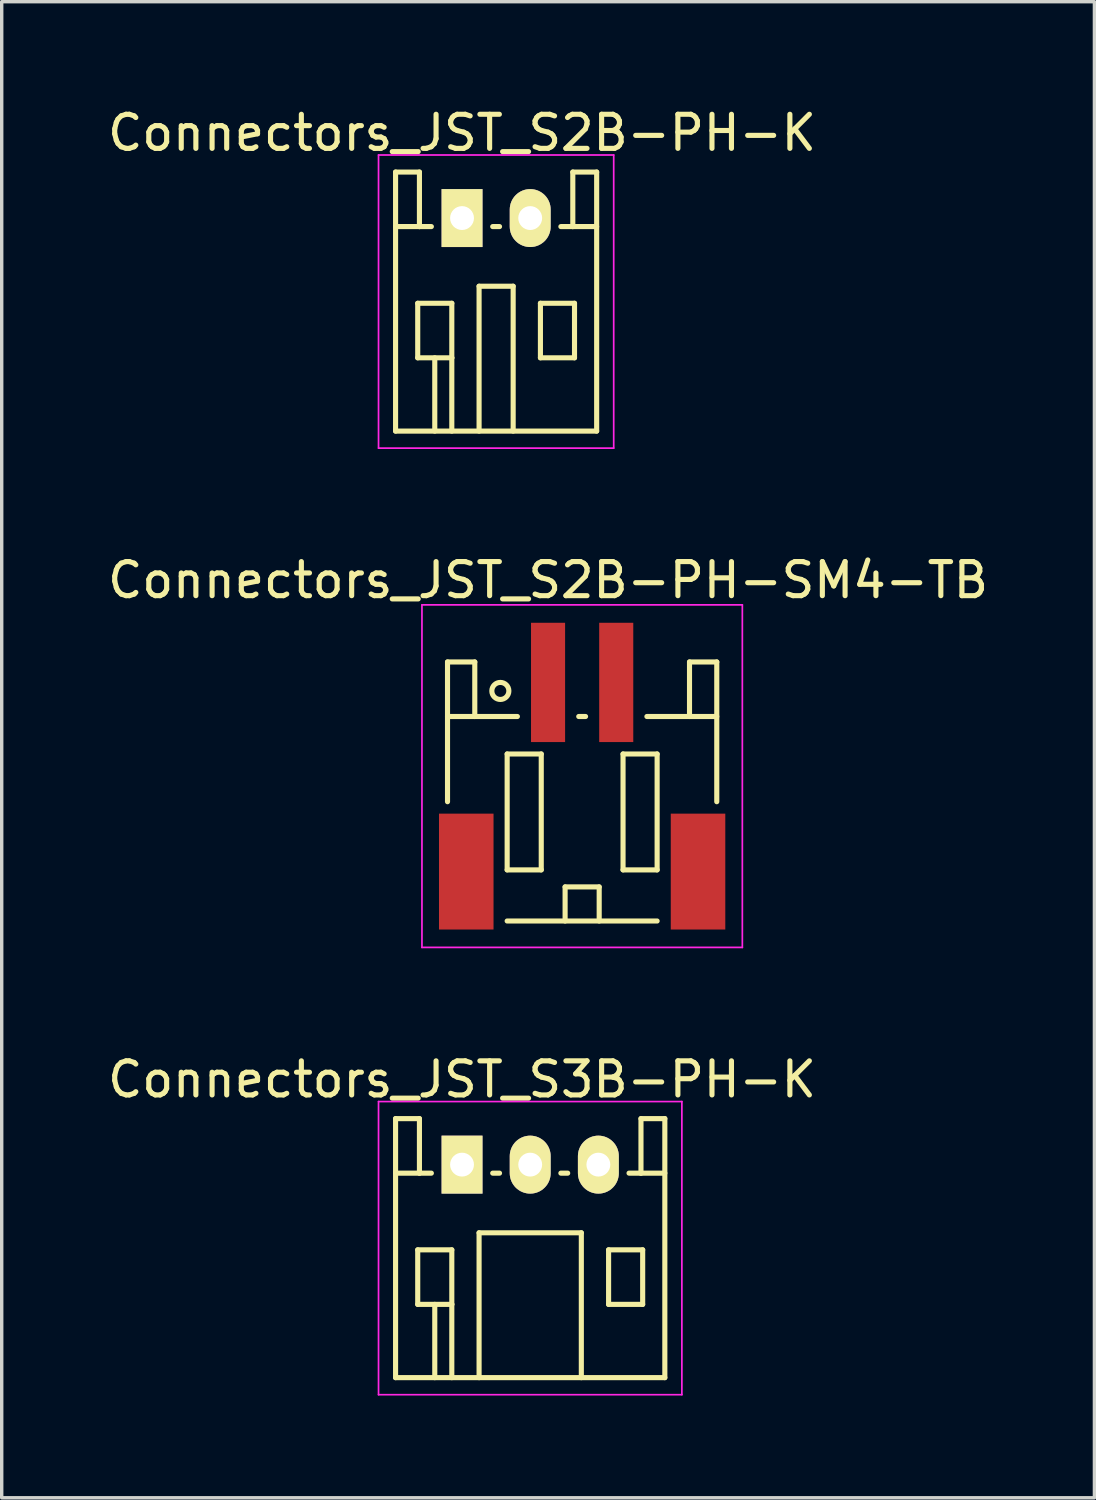
<source format=kicad_pcb>
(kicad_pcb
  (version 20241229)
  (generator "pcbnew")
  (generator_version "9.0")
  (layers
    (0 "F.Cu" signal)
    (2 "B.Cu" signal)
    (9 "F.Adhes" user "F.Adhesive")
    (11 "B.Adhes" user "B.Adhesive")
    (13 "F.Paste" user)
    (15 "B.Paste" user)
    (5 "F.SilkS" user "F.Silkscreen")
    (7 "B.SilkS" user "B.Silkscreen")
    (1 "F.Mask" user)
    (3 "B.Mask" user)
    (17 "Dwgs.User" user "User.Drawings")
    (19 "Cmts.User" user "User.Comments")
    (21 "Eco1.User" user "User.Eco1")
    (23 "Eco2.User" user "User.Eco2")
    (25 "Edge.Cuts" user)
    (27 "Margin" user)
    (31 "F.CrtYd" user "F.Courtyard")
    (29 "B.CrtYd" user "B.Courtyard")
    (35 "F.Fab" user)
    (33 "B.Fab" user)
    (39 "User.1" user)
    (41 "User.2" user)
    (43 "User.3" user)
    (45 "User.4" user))
  (footprint "Connectors_JST_S3B-PH-K"
    (layer "F.Cu")
    (at 10.506 31.12)
    (property "Reference" "Connectors_JST_S3B-PH-K" (at 0 -2.5 0) (layer "F.SilkS") (effects (font (size 1 1) (thickness 0.15))))
    (attr through_hole)
    (fp_line (start -1.95 -1.35) (end -1.95 6.25) (stroke (width 0.15) (type solid)) (layer "F.SilkS"))
    (fp_line (start -1.95 0.25) (end -1.25 0.25) (stroke (width 0.15) (type solid)) (layer "F.SilkS"))
    (fp_line (start -1.95 6.25) (end 5.95 6.25) (stroke (width 0.15) (type solid)) (layer "F.SilkS"))
    (fp_line (start -1.3 2.5) (end -1.3 4.1) (stroke (width 0.15) (type solid)) (layer "F.SilkS"))
    (fp_line (start -1.3 4.1) (end -0.3 4.1) (stroke (width 0.15) (type solid)) (layer "F.SilkS"))
    (fp_line (start -1.25 -1.35) (end -1.95 -1.35) (stroke (width 0.15) (type solid)) (layer "F.SilkS"))
    (fp_line (start -1.25 0.25) (end -1.25 -1.35) (stroke (width 0.15) (type solid)) (layer "F.SilkS"))
    (fp_line (start -0.9 0.25) (end -1.25 0.25) (stroke (width 0.15) (type solid)) (layer "F.SilkS"))
    (fp_line (start -0.8 4.1) (end -0.8 6.25) (stroke (width 0.15) (type solid)) (layer "F.SilkS"))
    (fp_line (start -0.3 2.5) (end -1.3 2.5) (stroke (width 0.15) (type solid)) (layer "F.SilkS"))
    (fp_line (start -0.3 4.1) (end -0.3 2.5) (stroke (width 0.15) (type solid)) (layer "F.SilkS"))
    (fp_line (start -0.3 4.1) (end -0.3 6.25) (stroke (width 0.15) (type solid)) (layer "F.SilkS"))
    (fp_line (start 0.5 2) (end 3.5 2) (stroke (width 0.15) (type solid)) (layer "F.SilkS"))
    (fp_line (start 0.5 6.25) (end 0.5 2) (stroke (width 0.15) (type solid)) (layer "F.SilkS"))
    (fp_line (start 0.9 0.25) (end 1.1 0.25) (stroke (width 0.15) (type solid)) (layer "F.SilkS"))
    (fp_line (start 2.9 0.25) (end 3.1 0.25) (stroke (width 0.15) (type solid)) (layer "F.SilkS"))
    (fp_line (start 3.5 2) (end 3.5 6.25) (stroke (width 0.15) (type solid)) (layer "F.SilkS"))
    (fp_line (start 4.3 2.5) (end 5.3 2.5) (stroke (width 0.15) (type solid)) (layer "F.SilkS"))
    (fp_line (start 4.3 4.1) (end 4.3 2.5) (stroke (width 0.15) (type solid)) (layer "F.SilkS"))
    (fp_line (start 5.25 -1.35) (end 5.25 0.25) (stroke (width 0.15) (type solid)) (layer "F.SilkS"))
    (fp_line (start 5.25 0.25) (end 4.9 0.25) (stroke (width 0.15) (type solid)) (layer "F.SilkS"))
    (fp_line (start 5.3 2.5) (end 5.3 4.1) (stroke (width 0.15) (type solid)) (layer "F.SilkS"))
    (fp_line (start 5.3 4.1) (end 4.3 4.1) (stroke (width 0.15) (type solid)) (layer "F.SilkS"))
    (fp_line (start 5.95 -1.35) (end 5.25 -1.35) (stroke (width 0.15) (type solid)) (layer "F.SilkS"))
    (fp_line (start 5.95 0.25) (end 5.25 0.25) (stroke (width 0.15) (type solid)) (layer "F.SilkS"))
    (fp_line (start 5.95 6.25) (end 5.95 -1.35) (stroke (width 0.15) (type solid)) (layer "F.SilkS"))
    (fp_line (start -2.45 -1.85) (end 6.45 -1.85) (stroke (width 0.05) (type solid)) (layer "F.CrtYd"))
    (fp_line (start -2.45 6.75) (end -2.45 -1.85) (stroke (width 0.05) (type solid)) (layer "F.CrtYd"))
    (fp_line (start 6.45 -1.85) (end 6.45 6.75) (stroke (width 0.05) (type solid)) (layer "F.CrtYd"))
    (fp_line (start 6.45 6.75) (end -2.45 6.75) (stroke (width 0.05) (type solid)) (layer "F.CrtYd"))
    (pad "1" thru_hole rect (at 0 0) (size 1.2 1.7) (drill 0.7) (layers "*.Cu" "*.Mask" "F.SilkS"))
    (pad "2" thru_hole oval (at 2 0) (size 1.2 1.7) (drill 0.7) (layers "*.Cu" "*.Mask" "F.SilkS"))
    (pad "3" thru_hole oval (at 4 0) (size 1.2 1.7) (drill 0.7) (layers "*.Cu" "*.Mask" "F.SilkS")))
  (footprint "Connectors_JST_S2B-PH-K"
    (layer "F.Cu")
    (at 10.506 3.348)
    (property "Reference" "Connectors_JST_S2B-PH-K" (at 0 -2.5 0) (layer "F.SilkS") (effects (font (size 1 1) (thickness 0.15))))
    (attr through_hole)
    (fp_line (start -1.95 -1.35) (end -1.95 6.25) (stroke (width 0.15) (type solid)) (layer "F.SilkS"))
    (fp_line (start -1.95 0.25) (end -1.25 0.25) (stroke (width 0.15) (type solid)) (layer "F.SilkS"))
    (fp_line (start -1.95 6.25) (end 3.95 6.25) (stroke (width 0.15) (type solid)) (layer "F.SilkS"))
    (fp_line (start -1.3 2.5) (end -1.3 4.1) (stroke (width 0.15) (type solid)) (layer "F.SilkS"))
    (fp_line (start -1.3 4.1) (end -0.3 4.1) (stroke (width 0.15) (type solid)) (layer "F.SilkS"))
    (fp_line (start -1.25 -1.35) (end -1.95 -1.35) (stroke (width 0.15) (type solid)) (layer "F.SilkS"))
    (fp_line (start -1.25 0.25) (end -1.25 -1.35) (stroke (width 0.15) (type solid)) (layer "F.SilkS"))
    (fp_line (start -0.9 0.25) (end -1.25 0.25) (stroke (width 0.15) (type solid)) (layer "F.SilkS"))
    (fp_line (start -0.8 4.1) (end -0.8 6.25) (stroke (width 0.15) (type solid)) (layer "F.SilkS"))
    (fp_line (start -0.3 2.5) (end -1.3 2.5) (stroke (width 0.15) (type solid)) (layer "F.SilkS"))
    (fp_line (start -0.3 4.1) (end -0.3 2.5) (stroke (width 0.15) (type solid)) (layer "F.SilkS"))
    (fp_line (start -0.3 4.1) (end -0.3 6.25) (stroke (width 0.15) (type solid)) (layer "F.SilkS"))
    (fp_line (start 0.5 2) (end 1.5 2) (stroke (width 0.15) (type solid)) (layer "F.SilkS"))
    (fp_line (start 0.5 6.25) (end 0.5 2) (stroke (width 0.15) (type solid)) (layer "F.SilkS"))
    (fp_line (start 0.9 0.25) (end 1.1 0.25) (stroke (width 0.15) (type solid)) (layer "F.SilkS"))
    (fp_line (start 1.5 2) (end 1.5 6.25) (stroke (width 0.15) (type solid)) (layer "F.SilkS"))
    (fp_line (start 2.3 2.5) (end 3.3 2.5) (stroke (width 0.15) (type solid)) (layer "F.SilkS"))
    (fp_line (start 2.3 4.1) (end 2.3 2.5) (stroke (width 0.15) (type solid)) (layer "F.SilkS"))
    (fp_line (start 3.25 -1.35) (end 3.25 0.25) (stroke (width 0.15) (type solid)) (layer "F.SilkS"))
    (fp_line (start 3.25 0.25) (end 2.9 0.25) (stroke (width 0.15) (type solid)) (layer "F.SilkS"))
    (fp_line (start 3.3 2.5) (end 3.3 4.1) (stroke (width 0.15) (type solid)) (layer "F.SilkS"))
    (fp_line (start 3.3 4.1) (end 2.3 4.1) (stroke (width 0.15) (type solid)) (layer "F.SilkS"))
    (fp_line (start 3.95 -1.35) (end 3.25 -1.35) (stroke (width 0.15) (type solid)) (layer "F.SilkS"))
    (fp_line (start 3.95 0.25) (end 3.25 0.25) (stroke (width 0.15) (type solid)) (layer "F.SilkS"))
    (fp_line (start 3.95 6.25) (end 3.95 -1.35) (stroke (width 0.15) (type solid)) (layer "F.SilkS"))
    (fp_line (start -2.45 -1.85) (end 4.45 -1.85) (stroke (width 0.05) (type solid)) (layer "F.CrtYd"))
    (fp_line (start -2.45 6.75) (end -2.45 -1.85) (stroke (width 0.05) (type solid)) (layer "F.CrtYd"))
    (fp_line (start 4.45 -1.85) (end 4.45 6.75) (stroke (width 0.05) (type solid)) (layer "F.CrtYd"))
    (fp_line (start 4.45 6.75) (end -2.45 6.75) (stroke (width 0.05) (type solid)) (layer "F.CrtYd"))
    (pad "1" thru_hole rect (at 0 0) (size 1.2 1.7) (drill 0.7) (layers "*.Cu" "*.Mask" "F.SilkS"))
    (pad "2" thru_hole oval (at 2 0) (size 1.2 1.7) (drill 0.7) (layers "*.Cu" "*.Mask" "F.SilkS")))
  (footprint "Connectors_JST_S2B-PH-SM4-TB"
    (layer "F.Cu")
    (at 14.03 19.747)
    (property "Reference" "Connectors_JST_S2B-PH-SM4-TB" (at -1 -5.775 0) (layer "F.SilkS") (effects (font (size 1 1) (thickness 0.15))))
    (attr smd)
    (fp_line (start -3.95 -3.375) (end -3.95 0.725) (stroke (width 0.15) (type solid)) (layer "F.SilkS"))
    (fp_line (start -3.15 -3.375) (end -3.95 -3.375) (stroke (width 0.15) (type solid)) (layer "F.SilkS"))
    (fp_line (start -3.15 -1.775) (end -3.95 -1.775) (stroke (width 0.15) (type solid)) (layer "F.SilkS"))
    (fp_line (start -3.15 -1.775) (end -3.15 -3.375) (stroke (width 0.15) (type solid)) (layer "F.SilkS"))
    (fp_line (start -2.2 -0.675) (end -2.2 2.725) (stroke (width 0.15) (type solid)) (layer "F.SilkS"))
    (fp_line (start -2.2 2.725) (end -1.2 2.725) (stroke (width 0.15) (type solid)) (layer "F.SilkS"))
    (fp_line (start -2.2 4.225) (end 2.2 4.225) (stroke (width 0.15) (type solid)) (layer "F.SilkS"))
    (fp_line (start -1.9 -1.775) (end -3.15 -1.775) (stroke (width 0.15) (type solid)) (layer "F.SilkS"))
    (fp_line (start -1.2 -0.675) (end -2.2 -0.675) (stroke (width 0.15) (type solid)) (layer "F.SilkS"))
    (fp_line (start -1.2 2.725) (end -1.2 -0.675) (stroke (width 0.15) (type solid)) (layer "F.SilkS"))
    (fp_line (start -0.5 3.225) (end 0.5 3.225) (stroke (width 0.15) (type solid)) (layer "F.SilkS"))
    (fp_line (start -0.5 4.225) (end -0.5 3.225) (stroke (width 0.15) (type solid)) (layer "F.SilkS"))
    (fp_line (start -0.1 -1.775) (end 0.1 -1.775) (stroke (width 0.15) (type solid)) (layer "F.SilkS"))
    (fp_line (start 0.5 3.225) (end 0.5 4.225) (stroke (width 0.15) (type solid)) (layer "F.SilkS"))
    (fp_line (start 1.2 -0.675) (end 2.2 -0.675) (stroke (width 0.15) (type solid)) (layer "F.SilkS"))
    (fp_line (start 1.2 2.725) (end 1.2 -0.675) (stroke (width 0.15) (type solid)) (layer "F.SilkS"))
    (fp_line (start 1.9 -1.775) (end 3.15 -1.775) (stroke (width 0.15) (type solid)) (layer "F.SilkS"))
    (fp_line (start 2.2 -0.675) (end 2.2 2.725) (stroke (width 0.15) (type solid)) (layer "F.SilkS"))
    (fp_line (start 2.2 2.725) (end 1.2 2.725) (stroke (width 0.15) (type solid)) (layer "F.SilkS"))
    (fp_line (start 3.15 -3.375) (end 3.95 -3.375) (stroke (width 0.15) (type solid)) (layer "F.SilkS"))
    (fp_line (start 3.15 -1.775) (end 3.15 -3.375) (stroke (width 0.15) (type solid)) (layer "F.SilkS"))
    (fp_line (start 3.15 -1.775) (end 3.95 -1.775) (stroke (width 0.15) (type solid)) (layer "F.SilkS"))
    (fp_line (start 3.95 -3.375) (end 3.95 0.725) (stroke (width 0.15) (type solid)) (layer "F.SilkS"))
    (fp_circle (center -2.4 -2.525) (end -2.15 -2.525) (stroke (width 0.15) (type solid)) (fill no) (layer "F.SilkS"))
    (fp_line (start -4.7 -5.05) (end 4.7 -5.05) (stroke (width 0.05) (type solid)) (layer "F.CrtYd"))
    (fp_line (start -4.7 5) (end -4.7 -5.05) (stroke (width 0.05) (type solid)) (layer "F.CrtYd"))
    (fp_line (start 4.7 -5.05) (end 4.7 5) (stroke (width 0.05) (type solid)) (layer "F.CrtYd"))
    (fp_line (start 4.7 5) (end -4.7 5) (stroke (width 0.05) (type solid)) (layer "F.CrtYd"))
    (pad "" smd rect (at -3.4 2.775) (size 1.6 3.4) (layers "F.Cu" "F.Mask" "F.Paste"))
    (pad "" smd rect (at 3.4 2.775) (size 1.6 3.4) (layers "F.Cu" "F.Mask" "F.Paste"))
    (pad "1" smd rect (at -1 -2.775) (size 1 3.5) (layers "F.Cu" "F.Mask" "F.Paste"))
    (pad "2" smd rect (at 1 -2.775) (size 1 3.5) (layers "F.Cu" "F.Mask" "F.Paste")))
  (gr_rect
    (start -3 -3)
    (end 29.06 40.895)
    (stroke (width 0.1) (type default))
    (fill no)
    (layer "Edge.Cuts")))
</source>
